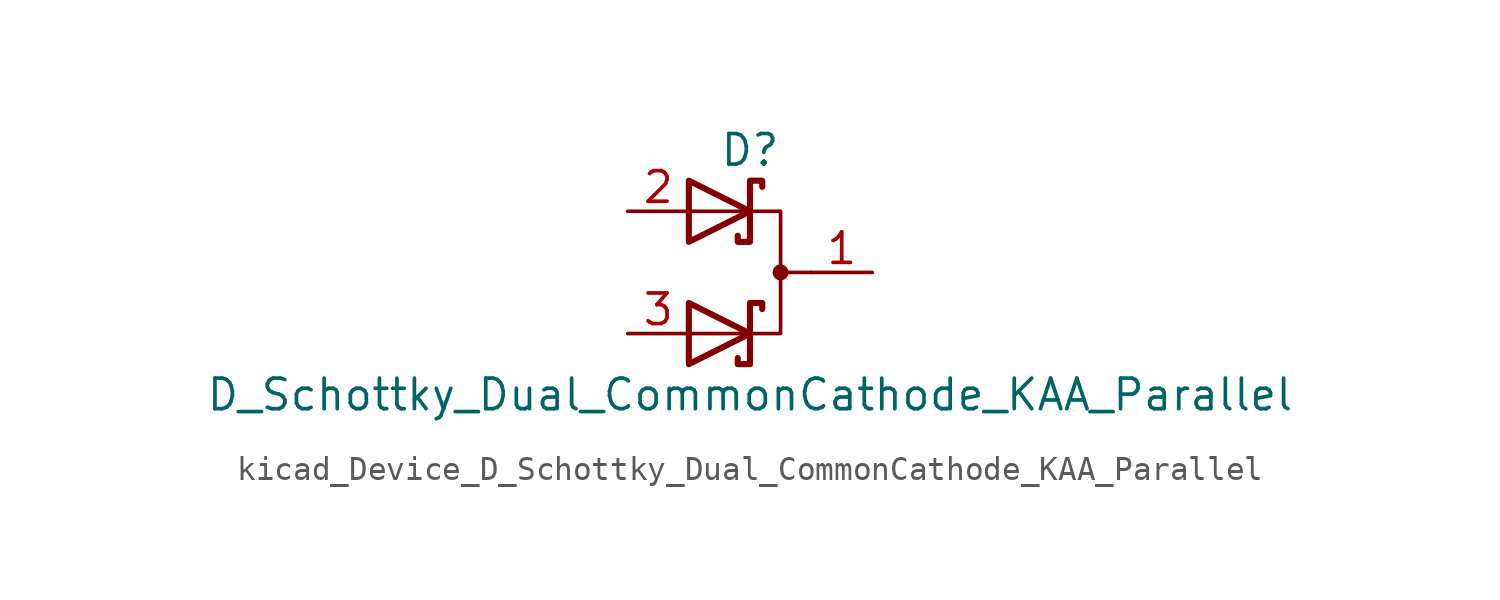
<source format=kicad_sym>
(kicad_symbol_lib
  (version 20220914)
  (generator kicad_symbol_editor)
  (symbol "kicad_Device_D_Schottky_Dual_CommonCathode_KAA_Parallel"
    (pin_names
      (offset 0.762) hide)
    (property "Reference" "D"
      (at 0 5.08 0)
      (effects (font (size 1.27 1.27))))
    (property "Value" "D_Schottky_Dual_CommonCathode_KAA_Parallel"
      (at 0 -5.08 0)
      (effects (font (size 1.27 1.27))))
    (symbol "kicad_Device_D_Schottky_Dual_CommonCathode_KAA_Parallel_0_1"
      (polyline (pts (xy 1.27 0) (xy 2.54 0)) (stroke (width 0) (type default)) (fill (type none)))
      (polyline (pts (xy -2.54 -2.54) (xy 1.27 -2.54) (xy 1.27 2.54) (xy -2.54 2.54)) (stroke (width 0) (type default)) (fill (type none)))
      (polyline (pts (xy -2.54 -1.27) (xy 0 -2.54) (xy -2.54 -3.81) (xy -2.54 -1.27) (xy -2.54 -1.27) (xy -2.54 -1.27)) (stroke (width 0.254) (type default)) (fill (type none)))
      (polyline (pts (xy -2.54 3.81) (xy 0 2.54) (xy -2.54 1.27) (xy -2.54 3.81) (xy -2.54 3.81) (xy -2.54 3.81)) (stroke (width 0.254) (type default)) (fill (type none)))
      (polyline (pts (xy 0.508 -1.524) (xy 0.508 -1.27) (xy 0 -1.27) (xy 0 -3.81) (xy -0.508 -3.81) (xy -0.508 -3.556)) (stroke (width 0.254) (type default)) (fill (type none)))
      (polyline (pts (xy 0.508 3.556) (xy 0.508 3.81) (xy 0 3.81) (xy 0 1.27) (xy -0.508 1.27) (xy -0.508 1.524)) (stroke (width 0.254) (type default)) (fill (type none)))
      (circle (center 1.27 0) (radius 0.254) (stroke (width 0) (type default)) (fill (type outline)))
      (pin passive line (at 5.08 0 180) (length 2.54) (name "A" (effects (font (size 1.27 1.27)))) (number "1" (effects (font (size 1.27 1.27)))))
      (pin passive line (at -5.08 2.54 0) (length 2.54) (name "K" (effects (font (size 1.27 1.27)))) (number "2" (effects (font (size 1.27 1.27)))))
      (pin passive line (at -5.08 -2.54 0) (length 2.54) (name "K" (effects (font (size 1.27 1.27)))) (number "3" (effects (font (size 1.27 1.27))))))))
</source>
